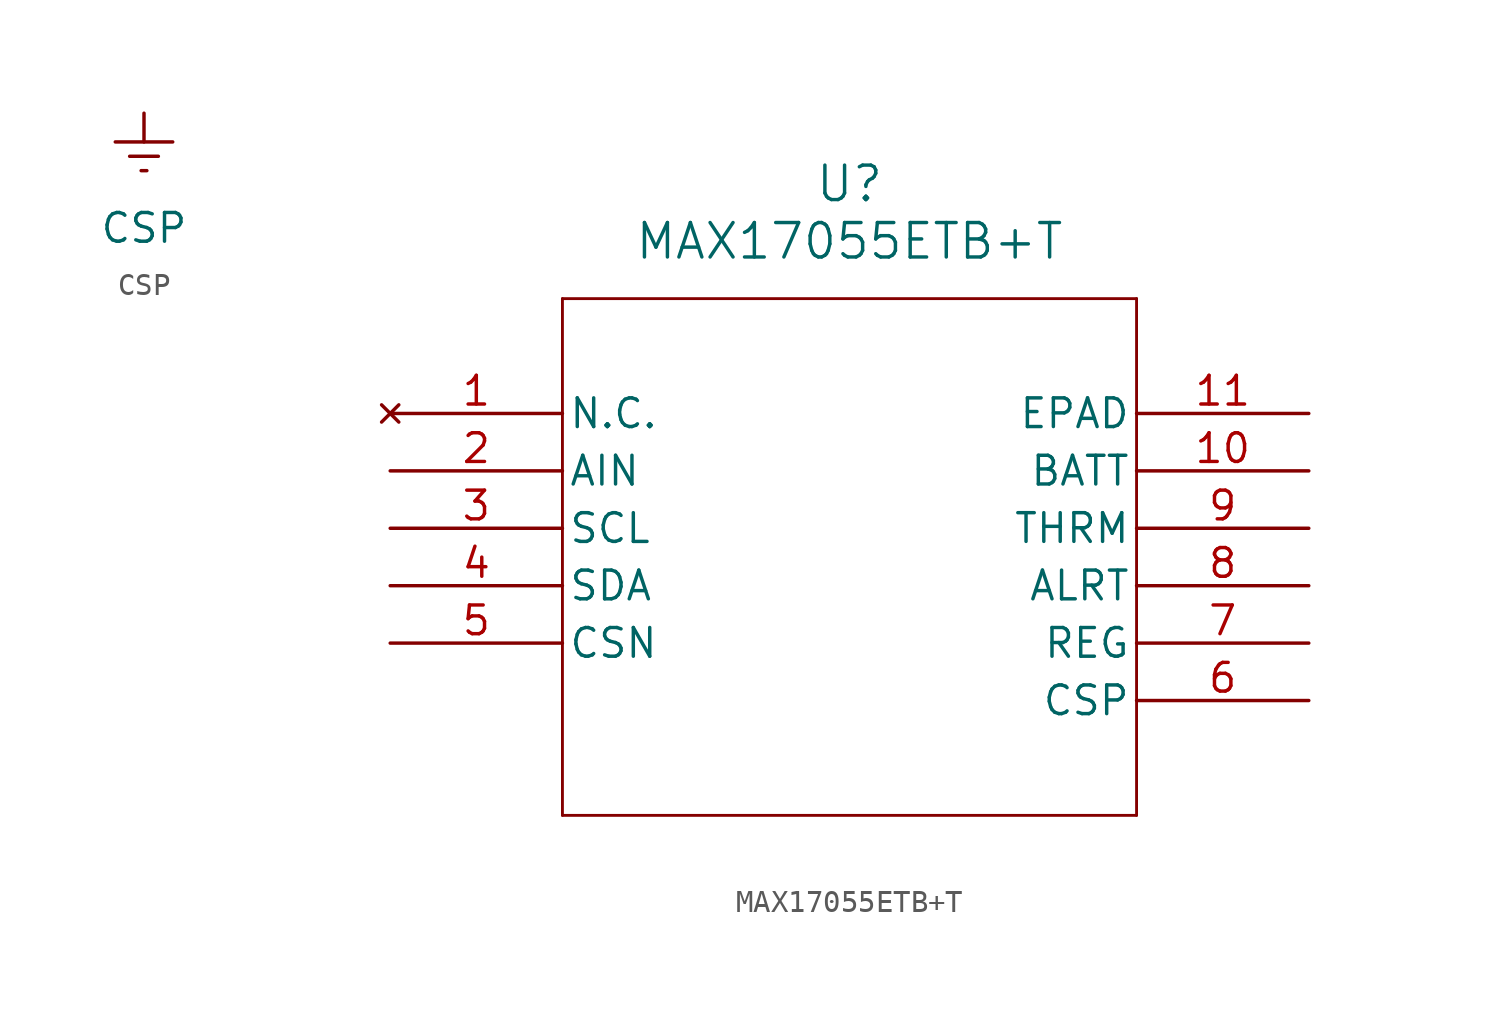
<source format=kicad_sym>
(kicad_symbol_lib
  (version 20220914)
  (generator kicad_symbol_editor)
  (symbol "CSP"
    (power)
    (pin_names
      (offset 0))
    (property "Reference" "#ICGND"
      (at 0 -6.35 0)
      (effects (font (size 1.27 1.27)) hide))
    (property "Value" "CSP"
      (at 0 -3.81 0)
      (effects (font (size 1.27 1.27))))
    (symbol "CSP_0_1"
      (polyline (pts (xy -0.635 -0.635) (xy 0.635 -0.635)) (stroke (width 0) (type default)) (fill (type none)))
      (polyline (pts (xy -0.127 -1.27) (xy 0.127 -1.27)) (stroke (width 0) (type default)) (fill (type none)))
      (polyline (pts (xy 0 0) (xy 0 1.27)) (stroke (width 0) (type default)) (fill (type none)))
      (polyline (pts (xy 1.27 0) (xy -1.27 0)) (stroke (width 0) (type default)) (fill (type none))))
    (symbol "CSP_1_1"
      (pin power_in line (at 0 1.27 270) (length 0) hide (name "CSP" (effects (font (size 1 1)))) (number "1" (effects (font (size 1 1)))))))
  (symbol "MAX17055ETB+T"
    (pin_names
      (offset 0.254))
    (property "Reference" "U"
      (at 20.32 10.16 0)
      (effects (font (size 1.524 1.524))))
    (property "Value" "MAX17055ETB+T"
      (at 20.32 7.62 0)
      (effects (font (size 1.524 1.524))))
    (property "ki_locked" ""
      (at 0 0 0)
      (effects (font (size 1.27 1.27))))
    (symbol "MAX17055ETB+T_0_1"
      (polyline (pts (xy 7.62 -17.78) (xy 33.02 -17.78)) (stroke (width 0.127) (type default)) (fill (type none)))
      (polyline (pts (xy 7.62 5.08) (xy 7.62 -17.78)) (stroke (width 0.127) (type default)) (fill (type none)))
      (polyline (pts (xy 33.02 -17.78) (xy 33.02 5.08)) (stroke (width 0.127) (type default)) (fill (type none)))
      (polyline (pts (xy 33.02 5.08) (xy 7.62 5.08)) (stroke (width 0.127) (type default)) (fill (type none)))
      (pin no_connect line (at 0 0 0) (length 7.62) (name "N.C." (effects (font (size 1.27 1.27)))) (number "1" (effects (font (size 1.27 1.27)))))
      (pin unspecified line (at 40.64 -2.54 180) (length 7.62) (name "BATT" (effects (font (size 1.27 1.27)))) (number "10" (effects (font (size 1.27 1.27)))))
      (pin unspecified line (at 40.64 0 180) (length 7.62) (name "EPAD" (effects (font (size 1.27 1.27)))) (number "11" (effects (font (size 1.27 1.27)))))
      (pin unspecified line (at 0 -2.54 0) (length 7.62) (name "AIN" (effects (font (size 1.27 1.27)))) (number "2" (effects (font (size 1.27 1.27)))))
      (pin unspecified line (at 0 -5.08 0) (length 7.62) (name "SCL" (effects (font (size 1.27 1.27)))) (number "3" (effects (font (size 1.27 1.27)))))
      (pin unspecified line (at 0 -7.62 0) (length 7.62) (name "SDA" (effects (font (size 1.27 1.27)))) (number "4" (effects (font (size 1.27 1.27)))))
      (pin unspecified line (at 0 -10.16 0) (length 7.62) (name "CSN" (effects (font (size 1.27 1.27)))) (number "5" (effects (font (size 1.27 1.27)))))
      (pin unspecified line (at 40.64 -12.7 180) (length 7.62) (name "CSP" (effects (font (size 1.27 1.27)))) (number "6" (effects (font (size 1.27 1.27)))))
      (pin unspecified line (at 40.64 -10.16 180) (length 7.62) (name "REG" (effects (font (size 1.27 1.27)))) (number "7" (effects (font (size 1.27 1.27)))))
      (pin unspecified line (at 40.64 -7.62 180) (length 7.62) (name "ALRT" (effects (font (size 1.27 1.27)))) (number "8" (effects (font (size 1.27 1.27)))))
      (pin unspecified line (at 40.64 -5.08 180) (length 7.62) (name "THRM" (effects (font (size 1.27 1.27)))) (number "9" (effects (font (size 1.27 1.27))))))))
</source>
